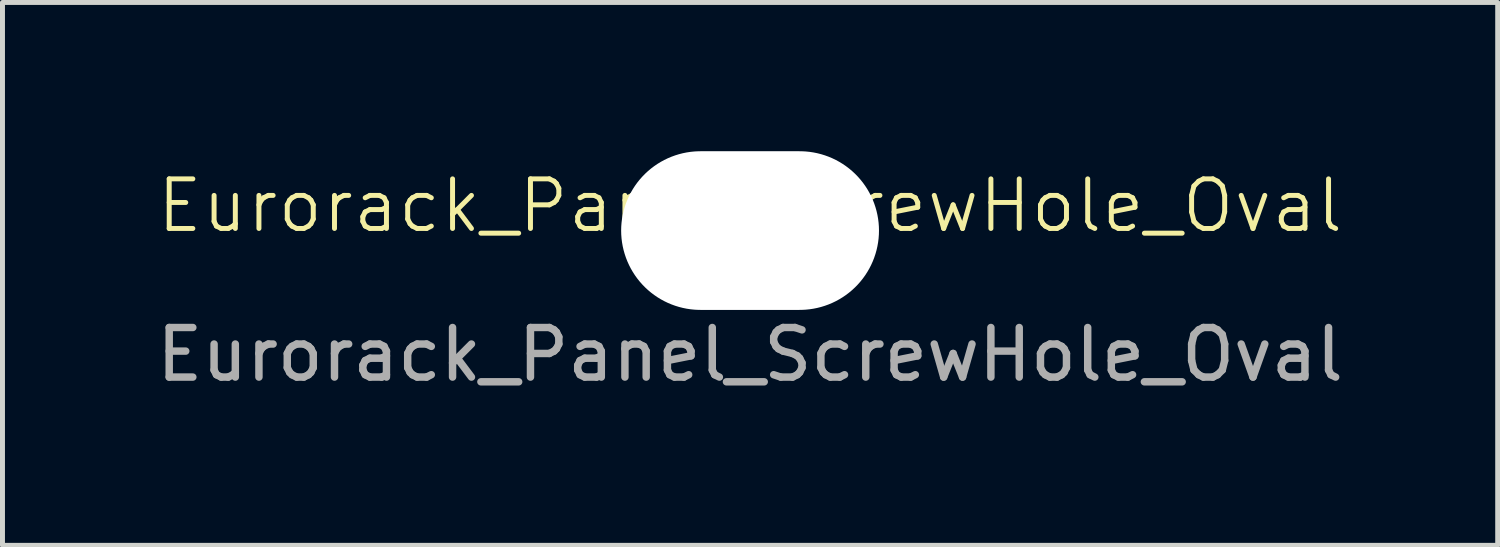
<source format=kicad_pcb>
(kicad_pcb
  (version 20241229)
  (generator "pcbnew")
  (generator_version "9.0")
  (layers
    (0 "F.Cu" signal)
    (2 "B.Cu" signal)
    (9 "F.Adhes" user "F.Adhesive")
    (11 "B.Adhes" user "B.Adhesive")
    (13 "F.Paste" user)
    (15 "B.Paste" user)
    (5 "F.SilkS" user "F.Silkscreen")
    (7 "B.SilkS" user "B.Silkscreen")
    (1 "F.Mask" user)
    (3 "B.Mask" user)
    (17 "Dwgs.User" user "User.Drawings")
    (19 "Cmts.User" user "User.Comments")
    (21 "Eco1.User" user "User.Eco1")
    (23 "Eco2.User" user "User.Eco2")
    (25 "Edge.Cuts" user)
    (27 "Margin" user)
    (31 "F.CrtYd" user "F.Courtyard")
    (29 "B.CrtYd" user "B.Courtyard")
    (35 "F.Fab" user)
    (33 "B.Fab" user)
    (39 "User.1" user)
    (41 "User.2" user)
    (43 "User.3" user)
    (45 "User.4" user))
  (footprint "Eurorack_Panel_ScrewHole_Oval"
    (layer "F.Cu")
    (at 12.077 1.6)
    (property "Reference" "Eurorack_Panel_ScrewHole_Oval" (at 0 -0.5 0) (unlocked yes) (layer "F.SilkS") (effects (font (size 1 1) (thickness 0.1))))
    (fp_text user "${REFERENCE}" (at 0 2.5 0) (unlocked yes) (layer "F.Fab") (effects (font (size 1 1) (thickness 0.15))))
    (pad "" np_thru_hole oval (at 0 0) (size 5.2 3.2) (drill oval 5.2 3.2) (layers "*.Cu" "*.Mask")))
  (gr_rect
    (start -3 -3)
    (end 27.155 7.948)
    (stroke (width 0.1) (type default))
    (fill no)
    (layer "Edge.Cuts")))
</source>
